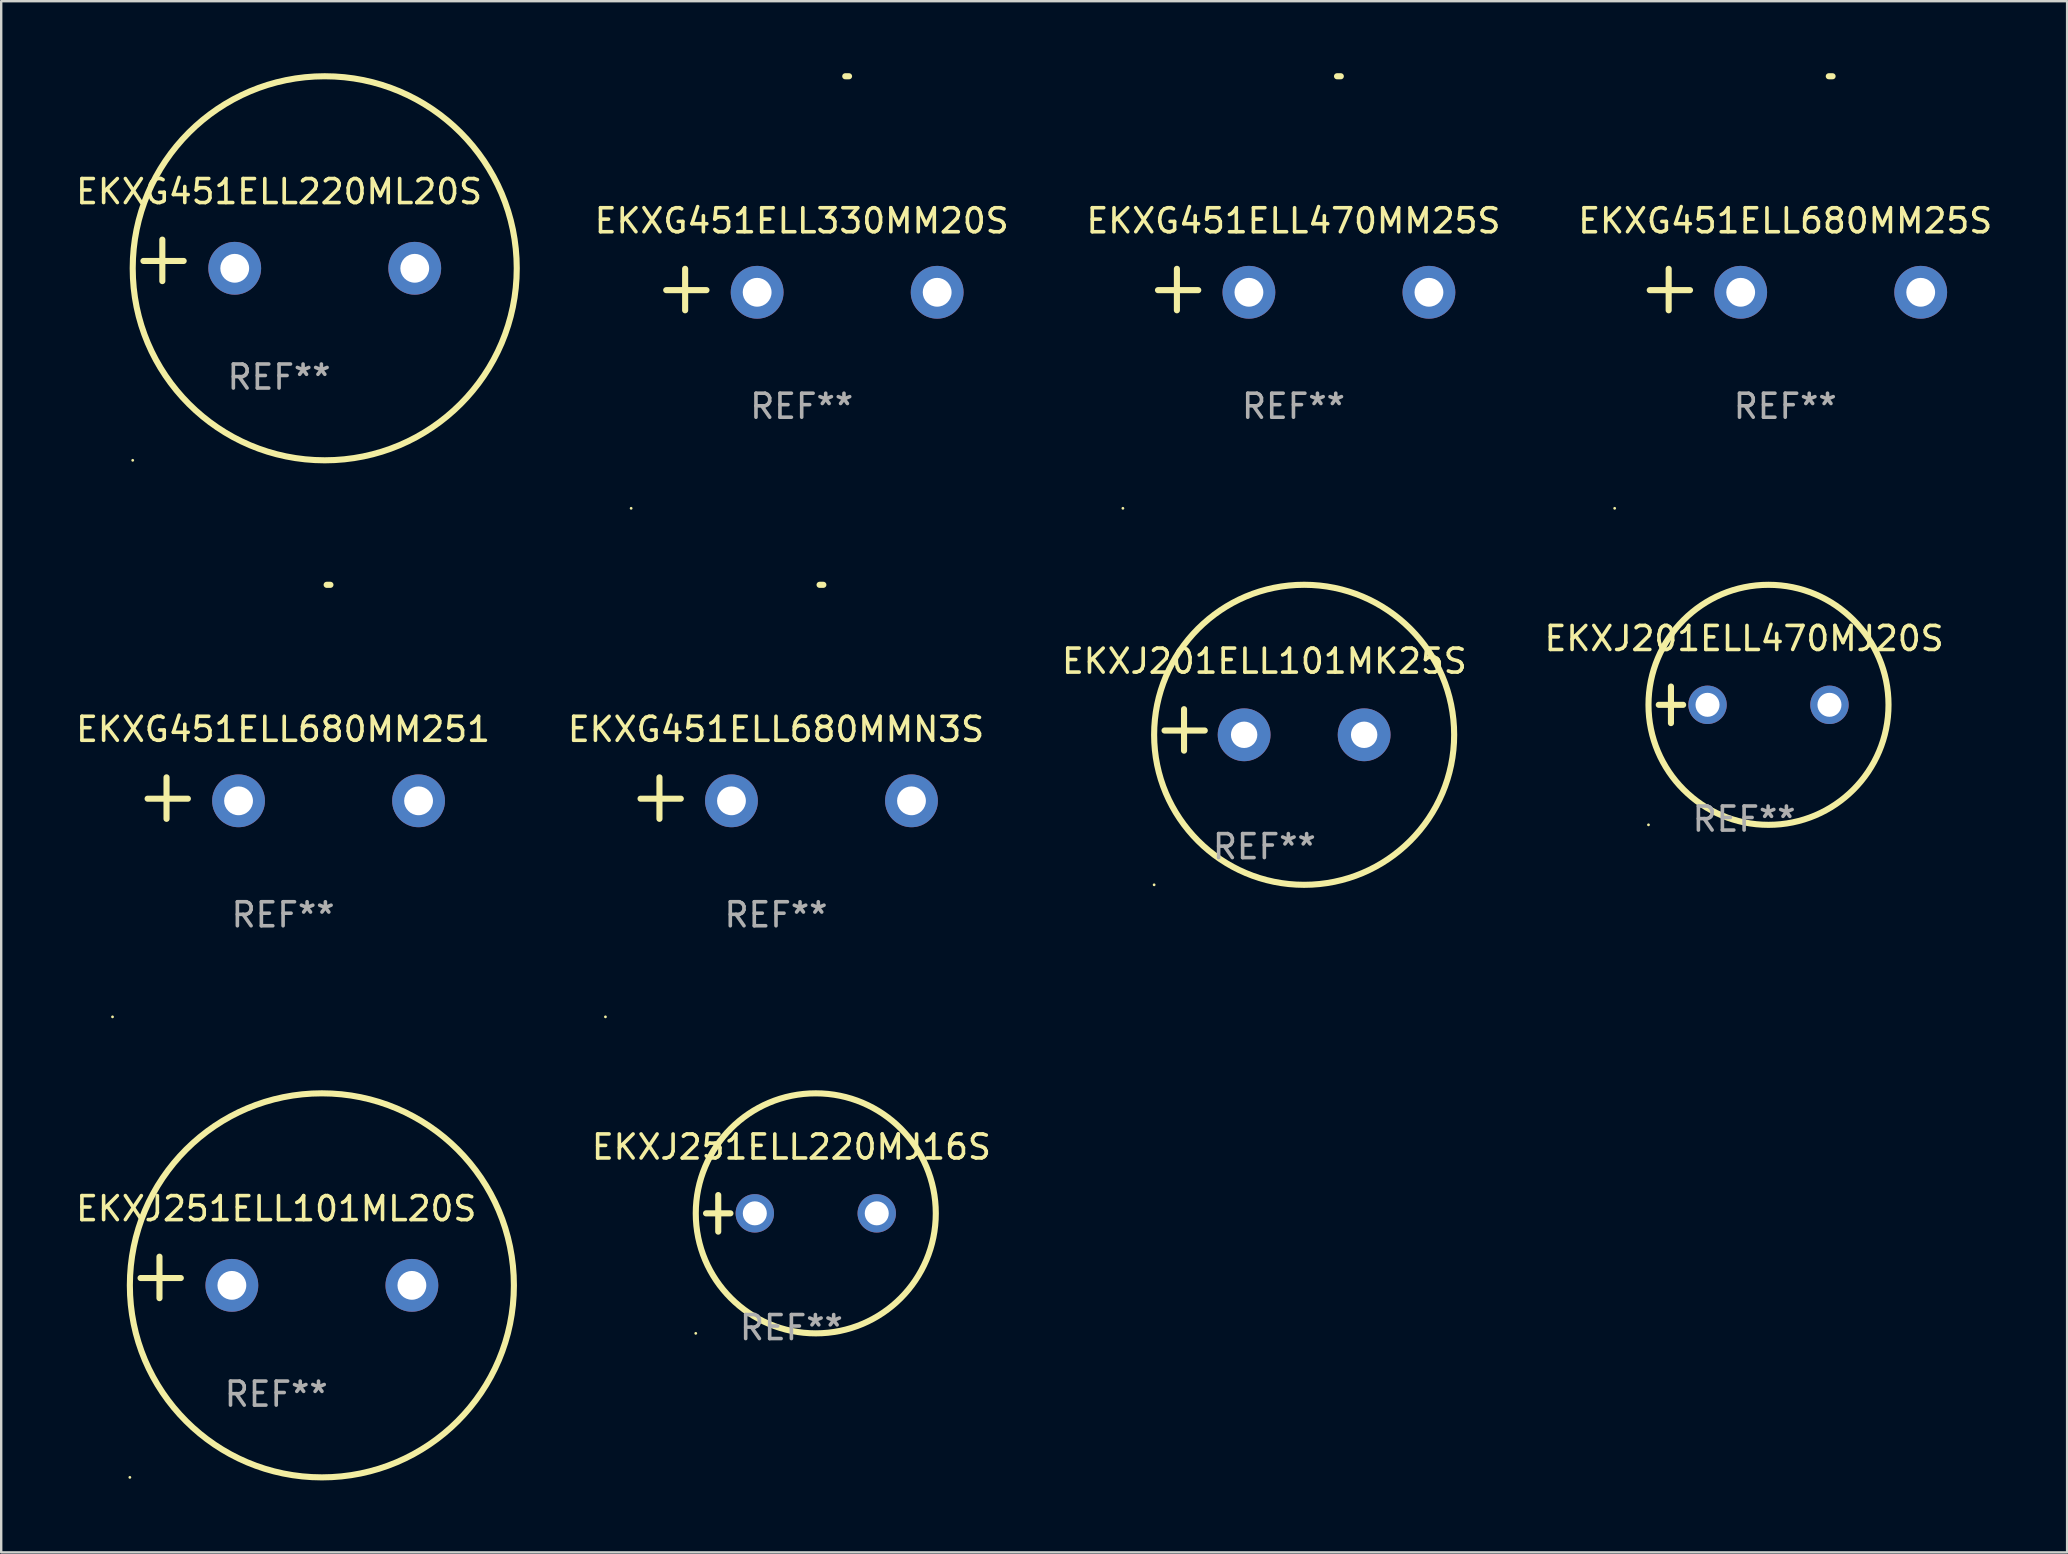
<source format=kicad_pcb>
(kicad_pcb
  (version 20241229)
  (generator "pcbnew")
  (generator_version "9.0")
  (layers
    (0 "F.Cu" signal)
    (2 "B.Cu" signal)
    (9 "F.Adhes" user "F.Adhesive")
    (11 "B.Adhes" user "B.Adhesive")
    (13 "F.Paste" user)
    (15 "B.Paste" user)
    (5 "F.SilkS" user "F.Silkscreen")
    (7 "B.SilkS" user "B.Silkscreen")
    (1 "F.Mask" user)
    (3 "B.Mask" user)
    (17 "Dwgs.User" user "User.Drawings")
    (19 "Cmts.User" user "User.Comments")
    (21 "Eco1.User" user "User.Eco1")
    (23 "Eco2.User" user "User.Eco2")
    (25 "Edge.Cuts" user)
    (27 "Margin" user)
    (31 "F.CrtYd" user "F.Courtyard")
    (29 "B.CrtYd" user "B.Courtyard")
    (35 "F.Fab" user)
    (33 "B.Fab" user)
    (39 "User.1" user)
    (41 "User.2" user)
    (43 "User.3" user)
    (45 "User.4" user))
  (footprint "EKXG451ELL680MM25S"
    (layer "F.Cu")
    (at 71.326 9.013)
    (property "Reference" "EKXG451ELL680MM25S" (at 0 -2.864 0) (layer "F.SilkS") (effects (font (size 1 1) (thickness 0.15))))
    (attr through_hole)
    (fp_line (start -4.856 0.864) (end -4.856 -0.864) (stroke (width 0.254) (type solid)) (layer "F.SilkS"))
    (fp_line (start -3.967 0.025) (end -5.644 0.025) (stroke (width 0.254) (type solid)) (layer "F.SilkS"))
    (fp_arc (start 1.815024 -8.885649) (mid 1.893764 -8.88599) (end 1.972504 -8.885649) (stroke (width 0.254001) (type solid)) (layer "F.SilkS"))
    (fp_circle (center -7.106 9.114) (end -7.076 9.114) (stroke (width 0.06) (type solid)) (fill no) (layer "F.SilkS"))
    (fp_text user "REF**" (at 0 4.864 0) (layer "F.Fab") (effects (font (size 1 1) (thickness 0.15))))
    (pad "1" thru_hole circle (at -1.856 0.114) (size 2.2 2.2) (drill 1.2) (layers "*.Cu" "*.Mask"))
    (pad "2" thru_hole circle (at 5.644 0.114) (size 2.2 2.2) (drill 1.2) (layers "*.Cu" "*.Mask")))
  (footprint "EKXG451ELL680MM251"
    (layer "F.Cu")
    (at 8.744 30.2)
    (property "Reference" "EKXG451ELL680MM251" (at 0 -2.864 0) (layer "F.SilkS") (effects (font (size 1 1) (thickness 0.15))))
    (attr through_hole)
    (fp_line (start -4.856 0.864) (end -4.856 -0.864) (stroke (width 0.254) (type solid)) (layer "F.SilkS"))
    (fp_line (start -3.967 0.025) (end -5.644 0.025) (stroke (width 0.254) (type solid)) (layer "F.SilkS"))
    (fp_arc (start 1.815024 -8.885649) (mid 1.893764 -8.88599) (end 1.972504 -8.885649) (stroke (width 0.254001) (type solid)) (layer "F.SilkS"))
    (fp_circle (center -7.106 9.114) (end -7.076 9.114) (stroke (width 0.06) (type solid)) (fill no) (layer "F.SilkS"))
    (fp_text user "REF**" (at 0 4.864 0) (layer "F.Fab") (effects (font (size 1 1) (thickness 0.15))))
    (pad "1" thru_hole circle (at -1.856 0.114) (size 2.2 2.2) (drill 1.2) (layers "*.Cu" "*.Mask"))
    (pad "2" thru_hole circle (at 5.644 0.114) (size 2.2 2.2) (drill 1.2) (layers "*.Cu" "*.Mask")))
  (footprint "EKXG451ELL220ML20S"
    (layer "F.Cu")
    (at 8.577 7.797)
    (property "Reference" "EKXG451ELL220ML20S" (at 0 -2.864 0) (layer "F.SilkS") (effects (font (size 1 1) (thickness 0.15))))
    (attr through_hole)
    (fp_line (start -4.864 0.864) (end -4.864 -0.864) (stroke (width 0.254) (type solid)) (layer "F.SilkS"))
    (fp_line (start -3.975 0.025) (end -5.652 0.025) (stroke (width 0.254) (type solid)) (layer "F.SilkS"))
    (fp_circle (center -6.098 8.33) (end -6.068 8.33) (stroke (width 0.06) (type solid)) (fill no) (layer "F.SilkS"))
    (fp_circle (center 1.902 0.33) (end 9.902 0.33) (stroke (width 0.254) (type solid)) (fill no) (layer "F.SilkS"))
    (fp_text user "REF**" (at 0 4.864 0) (layer "F.Fab") (effects (font (size 1 1) (thickness 0.15))))
    (pad "1" thru_hole circle (at -1.848 0.33) (size 2.2 2.2) (drill 1.2) (layers "*.Cu" "*.Mask"))
    (pad "2" thru_hole circle (at 5.652 0.33) (size 2.2 2.2) (drill 1.2) (layers "*.Cu" "*.Mask")))
  (footprint "EKXJ201ELL470MJ20S"
    (layer "F.Cu")
    (at 69.613 26.314)
    (property "Reference" "EKXJ201ELL470MJ20S" (at 0 -2.762 0) (layer "F.SilkS") (effects (font (size 1 1) (thickness 0.15))))
    (attr through_hole)
    (fp_line (start -3.556 0) (end -2.54 0) (stroke (width 0.254) (type solid)) (layer "F.SilkS"))
    (fp_line (start -3.048 -0.762) (end -3.048 0.762) (stroke (width 0.254) (type solid)) (layer "F.SilkS"))
    (fp_circle (center -3.984 5) (end -3.954 5) (stroke (width 0.06) (type solid)) (fill no) (layer "F.SilkS"))
    (fp_circle (center 1.016 0) (end 6.016 0) (stroke (width 0.254) (type solid)) (fill no) (layer "F.SilkS"))
    (fp_text user "REF**" (at 0 4.762 0) (layer "F.Fab") (effects (font (size 1 1) (thickness 0.15))))
    (pad "1" thru_hole circle (at -1.524 0) (size 1.6 1.6) (drill 1) (layers "*.Cu" "*.Mask"))
    (pad "2" thru_hole circle (at 3.556 0) (size 1.6 1.6) (drill 1) (layers "*.Cu" "*.Mask")))
  (footprint "EKXG451ELL680MMN3S"
    (layer "F.Cu")
    (at 29.28 30.2)
    (property "Reference" "EKXG451ELL680MMN3S" (at 0 -2.864 0) (layer "F.SilkS") (effects (font (size 1 1) (thickness 0.15))))
    (attr through_hole)
    (fp_line (start -4.856 0.864) (end -4.856 -0.864) (stroke (width 0.254) (type solid)) (layer "F.SilkS"))
    (fp_line (start -3.967 0.025) (end -5.644 0.025) (stroke (width 0.254) (type solid)) (layer "F.SilkS"))
    (fp_arc (start 1.815024 -8.885649) (mid 1.893764 -8.88599) (end 1.972504 -8.885649) (stroke (width 0.254001) (type solid)) (layer "F.SilkS"))
    (fp_circle (center -7.106 9.114) (end -7.076 9.114) (stroke (width 0.06) (type solid)) (fill no) (layer "F.SilkS"))
    (fp_text user "REF**" (at 0 4.864 0) (layer "F.Fab") (effects (font (size 1 1) (thickness 0.15))))
    (pad "1" thru_hole circle (at -1.856 0.114) (size 2.2 2.2) (drill 1.2) (layers "*.Cu" "*.Mask"))
    (pad "2" thru_hole circle (at 5.644 0.114) (size 2.2 2.2) (drill 1.2) (layers "*.Cu" "*.Mask")))
  (footprint "EKXG451ELL330MM20S"
    (layer "F.Cu")
    (at 30.35 9.013)
    (property "Reference" "EKXG451ELL330MM20S" (at 0 -2.864 0) (layer "F.SilkS") (effects (font (size 1 1) (thickness 0.15))))
    (attr through_hole)
    (fp_line (start -4.856 0.864) (end -4.856 -0.864) (stroke (width 0.254) (type solid)) (layer "F.SilkS"))
    (fp_line (start -3.967 0.025) (end -5.644 0.025) (stroke (width 0.254) (type solid)) (layer "F.SilkS"))
    (fp_arc (start 1.815024 -8.885649) (mid 1.893764 -8.88599) (end 1.972504 -8.885649) (stroke (width 0.254001) (type solid)) (layer "F.SilkS"))
    (fp_circle (center -7.106 9.114) (end -7.076 9.114) (stroke (width 0.06) (type solid)) (fill no) (layer "F.SilkS"))
    (fp_text user "REF**" (at 0 4.864 0) (layer "F.Fab") (effects (font (size 1 1) (thickness 0.15))))
    (pad "1" thru_hole circle (at -1.856 0.114) (size 2.2 2.2) (drill 1.2) (layers "*.Cu" "*.Mask"))
    (pad "2" thru_hole circle (at 5.644 0.114) (size 2.2 2.2) (drill 1.2) (layers "*.Cu" "*.Mask")))
  (footprint "EKXJ251ELL220MJ16S"
    (layer "F.Cu")
    (at 29.921 47.5)
    (property "Reference" "EKXJ251ELL220MJ16S" (at 0 -2.762 0) (layer "F.SilkS") (effects (font (size 1 1) (thickness 0.15))))
    (attr through_hole)
    (fp_line (start -3.556 0) (end -2.54 0) (stroke (width 0.254) (type solid)) (layer "F.SilkS"))
    (fp_line (start -3.048 -0.762) (end -3.048 0.762) (stroke (width 0.254) (type solid)) (layer "F.SilkS"))
    (fp_circle (center -3.984 5) (end -3.954 5) (stroke (width 0.06) (type solid)) (fill no) (layer "F.SilkS"))
    (fp_circle (center 1.016 0) (end 6.016 0) (stroke (width 0.254) (type solid)) (fill no) (layer "F.SilkS"))
    (fp_text user "REF**" (at 0 4.762 0) (layer "F.Fab") (effects (font (size 1 1) (thickness 0.15))))
    (pad "1" thru_hole circle (at -1.524 0) (size 1.6 1.6) (drill 1) (layers "*.Cu" "*.Mask"))
    (pad "2" thru_hole circle (at 3.556 0) (size 1.6 1.6) (drill 1) (layers "*.Cu" "*.Mask")))
  (footprint "EKXJ201ELL101MK25S"
    (layer "F.Cu")
    (at 49.625 27.36)
    (property "Reference" "EKXJ201ELL101MK25S" (at 0 -2.864 0) (layer "F.SilkS") (effects (font (size 1 1) (thickness 0.15))))
    (attr through_hole)
    (fp_line (start -3.346 0.864) (end -3.346 -0.864) (stroke (width 0.254) (type solid)) (layer "F.SilkS"))
    (fp_line (start -2.482 0.025) (end -4.158 0.025) (stroke (width 0.254) (type solid)) (layer "F.SilkS"))
    (fp_circle (center -4.592 6.453) (end -4.562 6.453) (stroke (width 0.06) (type solid)) (fill no) (layer "F.SilkS"))
    (fp_circle (center 1.658 0.203) (end 7.908 0.203) (stroke (width 0.254) (type solid)) (fill no) (layer "F.SilkS"))
    (fp_text user "REF**" (at 0 4.864 0) (layer "F.Fab") (effects (font (size 1 1) (thickness 0.15))))
    (pad "1" thru_hole circle (at -0.842 0.203) (size 2.2 2.2) (drill 1.1) (layers "*.Cu" "*.Mask"))
    (pad "2" thru_hole circle (at 4.158 0.203) (size 2.2 2.2) (drill 1.1) (layers "*.Cu" "*.Mask")))
  (footprint "EKXG451ELL470MM25S"
    (layer "F.Cu")
    (at 50.838 9.013)
    (property "Reference" "EKXG451ELL470MM25S" (at 0 -2.864 0) (layer "F.SilkS") (effects (font (size 1 1) (thickness 0.15))))
    (attr through_hole)
    (fp_line (start -4.856 0.864) (end -4.856 -0.864) (stroke (width 0.254) (type solid)) (layer "F.SilkS"))
    (fp_line (start -3.967 0.025) (end -5.644 0.025) (stroke (width 0.254) (type solid)) (layer "F.SilkS"))
    (fp_arc (start 1.815024 -8.885649) (mid 1.893764 -8.88599) (end 1.972504 -8.885649) (stroke (width 0.254001) (type solid)) (layer "F.SilkS"))
    (fp_circle (center -7.106 9.114) (end -7.076 9.114) (stroke (width 0.06) (type solid)) (fill no) (layer "F.SilkS"))
    (fp_text user "REF**" (at 0 4.864 0) (layer "F.Fab") (effects (font (size 1 1) (thickness 0.15))))
    (pad "1" thru_hole circle (at -1.856 0.114) (size 2.2 2.2) (drill 1.2) (layers "*.Cu" "*.Mask"))
    (pad "2" thru_hole circle (at 5.644 0.114) (size 2.2 2.2) (drill 1.2) (layers "*.Cu" "*.Mask")))
  (footprint "EKXJ251ELL101ML20S"
    (layer "F.Cu")
    (at 8.458 50.17)
    (property "Reference" "EKXJ251ELL101ML20S" (at 0 -2.864 0) (layer "F.SilkS") (effects (font (size 1 1) (thickness 0.15))))
    (attr through_hole)
    (fp_line (start -4.864 0.864) (end -4.864 -0.864) (stroke (width 0.254) (type solid)) (layer "F.SilkS"))
    (fp_line (start -3.975 0.025) (end -5.652 0.025) (stroke (width 0.254) (type solid)) (layer "F.SilkS"))
    (fp_circle (center -6.098 8.33) (end -6.068 8.33) (stroke (width 0.06) (type solid)) (fill no) (layer "F.SilkS"))
    (fp_circle (center 1.902 0.33) (end 9.902 0.33) (stroke (width 0.254) (type solid)) (fill no) (layer "F.SilkS"))
    (fp_text user "REF**" (at 0 4.864 0) (layer "F.Fab") (effects (font (size 1 1) (thickness 0.15))))
    (pad "1" thru_hole circle (at -1.848 0.33) (size 2.2 2.2) (drill 1.2) (layers "*.Cu" "*.Mask"))
    (pad "2" thru_hole circle (at 5.652 0.33) (size 2.2 2.2) (drill 1.2) (layers "*.Cu" "*.Mask")))
  (gr_rect
    (start -3 -3)
    (end 83.07 61.627)
    (stroke (width 0.1) (type default))
    (fill no)
    (layer "Edge.Cuts")))
</source>
